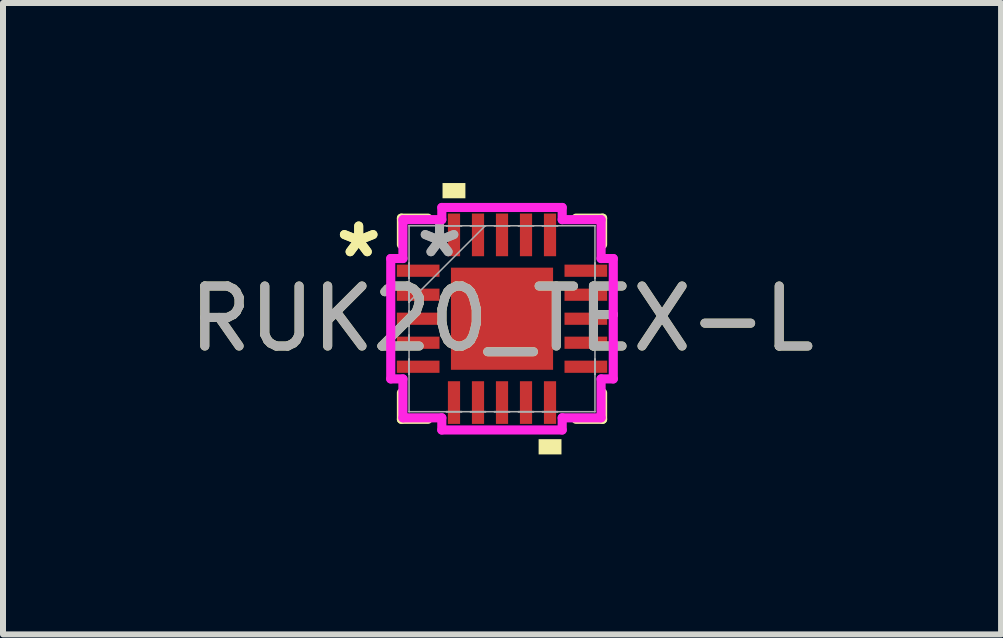
<source format=kicad_pcb>
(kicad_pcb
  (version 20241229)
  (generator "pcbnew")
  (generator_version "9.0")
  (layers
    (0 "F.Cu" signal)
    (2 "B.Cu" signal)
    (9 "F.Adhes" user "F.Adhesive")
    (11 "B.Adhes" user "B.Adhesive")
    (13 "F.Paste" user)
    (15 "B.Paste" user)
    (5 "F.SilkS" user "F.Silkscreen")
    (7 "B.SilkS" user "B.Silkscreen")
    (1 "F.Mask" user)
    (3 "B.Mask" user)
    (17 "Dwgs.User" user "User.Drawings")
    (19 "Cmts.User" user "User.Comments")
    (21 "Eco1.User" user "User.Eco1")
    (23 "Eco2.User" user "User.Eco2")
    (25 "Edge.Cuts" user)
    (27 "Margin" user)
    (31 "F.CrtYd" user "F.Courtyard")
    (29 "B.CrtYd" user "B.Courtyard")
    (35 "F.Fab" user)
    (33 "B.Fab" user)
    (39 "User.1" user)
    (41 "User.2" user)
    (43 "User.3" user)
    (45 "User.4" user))
  (footprint "RUK20_TEX-L"
    (layer "F.Cu")
    (at 5.315 2.261)
    (property "Reference" "RUK20_TEX-L" (at 0 0 0) (unlocked yes) (layer "F.SilkS") (effects (font (size 1 1) (thickness 0.15))))
    (attr smd)
    (fp_line (start -1.676 -1.676) (end -1.676 -1.234) (stroke (width 0.152) (type solid)) (layer "F.SilkS"))
    (fp_line (start -1.676 1.234) (end -1.676 1.676) (stroke (width 0.152) (type solid)) (layer "F.SilkS"))
    (fp_line (start -1.676 1.676) (end -1.234 1.676) (stroke (width 0.152) (type solid)) (layer "F.SilkS"))
    (fp_line (start -1.234 -1.676) (end -1.676 -1.676) (stroke (width 0.152) (type solid)) (layer "F.SilkS"))
    (fp_line (start 1.234 1.676) (end 1.676 1.676) (stroke (width 0.152) (type solid)) (layer "F.SilkS"))
    (fp_line (start 1.676 -1.676) (end 1.234 -1.676) (stroke (width 0.152) (type solid)) (layer "F.SilkS"))
    (fp_line (start 1.676 -1.234) (end 1.676 -1.676) (stroke (width 0.152) (type solid)) (layer "F.SilkS"))
    (fp_line (start 1.676 1.676) (end 1.676 1.234) (stroke (width 0.152) (type solid)) (layer "F.SilkS"))
    (fp_poly (pts (xy -0.991 -2.007) (xy -0.991 -2.261) (xy -0.61 -2.261) (xy -0.61 -2.007)) (stroke (width 0) (type solid)) (fill yes) (layer "F.SilkS"))
    (fp_poly (pts (xy 0.61 2.007) (xy 0.61 2.261) (xy 0.991 2.261) (xy 0.991 2.007)) (stroke (width 0) (type solid)) (fill yes) (layer "F.SilkS"))
    (fp_line (start -1.854 -1.003) (end -1.651 -1.003) (stroke (width 0.152) (type solid)) (layer "F.CrtYd"))
    (fp_line (start -1.854 1.003) (end -1.854 -1.003) (stroke (width 0.152) (type solid)) (layer "F.CrtYd"))
    (fp_line (start -1.651 -1.651) (end -1.003 -1.651) (stroke (width 0.152) (type solid)) (layer "F.CrtYd"))
    (fp_line (start -1.651 -1.003) (end -1.651 -1.651) (stroke (width 0.152) (type solid)) (layer "F.CrtYd"))
    (fp_line (start -1.651 1.003) (end -1.854 1.003) (stroke (width 0.152) (type solid)) (layer "F.CrtYd"))
    (fp_line (start -1.651 1.651) (end -1.651 1.003) (stroke (width 0.152) (type solid)) (layer "F.CrtYd"))
    (fp_line (start -1.003 -1.854) (end 1.003 -1.854) (stroke (width 0.152) (type solid)) (layer "F.CrtYd"))
    (fp_line (start -1.003 -1.651) (end -1.003 -1.854) (stroke (width 0.152) (type solid)) (layer "F.CrtYd"))
    (fp_line (start -1.003 1.651) (end -1.651 1.651) (stroke (width 0.152) (type solid)) (layer "F.CrtYd"))
    (fp_line (start -1.003 1.854) (end -1.003 1.651) (stroke (width 0.152) (type solid)) (layer "F.CrtYd"))
    (fp_line (start 1.003 -1.854) (end 1.003 -1.651) (stroke (width 0.152) (type solid)) (layer "F.CrtYd"))
    (fp_line (start 1.003 -1.651) (end 1.651 -1.651) (stroke (width 0.152) (type solid)) (layer "F.CrtYd"))
    (fp_line (start 1.003 1.651) (end 1.003 1.854) (stroke (width 0.152) (type solid)) (layer "F.CrtYd"))
    (fp_line (start 1.003 1.854) (end -1.003 1.854) (stroke (width 0.152) (type solid)) (layer "F.CrtYd"))
    (fp_line (start 1.651 -1.651) (end 1.651 -1.003) (stroke (width 0.152) (type solid)) (layer "F.CrtYd"))
    (fp_line (start 1.651 -1.003) (end 1.854 -1.003) (stroke (width 0.152) (type solid)) (layer "F.CrtYd"))
    (fp_line (start 1.651 1.003) (end 1.651 1.651) (stroke (width 0.152) (type solid)) (layer "F.CrtYd"))
    (fp_line (start 1.651 1.651) (end 1.003 1.651) (stroke (width 0.152) (type solid)) (layer "F.CrtYd"))
    (fp_line (start 1.854 -1.003) (end 1.854 1.003) (stroke (width 0.152) (type solid)) (layer "F.CrtYd"))
    (fp_line (start 1.854 1.003) (end 1.651 1.003) (stroke (width 0.152) (type solid)) (layer "F.CrtYd"))
    (fp_line (start -1.549 -1.549) (end -1.549 -1.549) (stroke (width 0.025) (type solid)) (layer "F.Fab"))
    (fp_line (start -1.549 -1.549) (end -1.549 1.549) (stroke (width 0.025) (type solid)) (layer "F.Fab"))
    (fp_line (start -1.549 -0.927) (end -1.549 -0.927) (stroke (width 0.025) (type solid)) (layer "F.Fab"))
    (fp_line (start -1.549 -0.927) (end -1.549 -0.673) (stroke (width 0.025) (type solid)) (layer "F.Fab"))
    (fp_line (start -1.549 -0.673) (end -1.549 -0.927) (stroke (width 0.025) (type solid)) (layer "F.Fab"))
    (fp_line (start -1.549 -0.673) (end -1.549 -0.673) (stroke (width 0.025) (type solid)) (layer "F.Fab"))
    (fp_line (start -1.549 -0.527) (end -1.549 -0.527) (stroke (width 0.025) (type solid)) (layer "F.Fab"))
    (fp_line (start -1.549 -0.527) (end -1.549 -0.273) (stroke (width 0.025) (type solid)) (layer "F.Fab"))
    (fp_line (start -1.549 -0.279) (end -0.279 -1.549) (stroke (width 0.025) (type solid)) (layer "F.Fab"))
    (fp_line (start -1.549 -0.273) (end -1.549 -0.527) (stroke (width 0.025) (type solid)) (layer "F.Fab"))
    (fp_line (start -1.549 -0.273) (end -1.549 -0.273) (stroke (width 0.025) (type solid)) (layer "F.Fab"))
    (fp_line (start -1.549 -0.127) (end -1.549 -0.127) (stroke (width 0.025) (type solid)) (layer "F.Fab"))
    (fp_line (start -1.549 -0.127) (end -1.549 0.127) (stroke (width 0.025) (type solid)) (layer "F.Fab"))
    (fp_line (start -1.549 0.127) (end -1.549 -0.127) (stroke (width 0.025) (type solid)) (layer "F.Fab"))
    (fp_line (start -1.549 0.127) (end -1.549 0.127) (stroke (width 0.025) (type solid)) (layer "F.Fab"))
    (fp_line (start -1.549 0.273) (end -1.549 0.273) (stroke (width 0.025) (type solid)) (layer "F.Fab"))
    (fp_line (start -1.549 0.273) (end -1.549 0.527) (stroke (width 0.025) (type solid)) (layer "F.Fab"))
    (fp_line (start -1.549 0.527) (end -1.549 0.273) (stroke (width 0.025) (type solid)) (layer "F.Fab"))
    (fp_line (start -1.549 0.527) (end -1.549 0.527) (stroke (width 0.025) (type solid)) (layer "F.Fab"))
    (fp_line (start -1.549 0.673) (end -1.549 0.673) (stroke (width 0.025) (type solid)) (layer "F.Fab"))
    (fp_line (start -1.549 0.673) (end -1.549 0.927) (stroke (width 0.025) (type solid)) (layer "F.Fab"))
    (fp_line (start -1.549 0.927) (end -1.549 0.673) (stroke (width 0.025) (type solid)) (layer "F.Fab"))
    (fp_line (start -1.549 0.927) (end -1.549 0.927) (stroke (width 0.025) (type solid)) (layer "F.Fab"))
    (fp_line (start -1.549 1.549) (end -1.549 1.549) (stroke (width 0.025) (type solid)) (layer "F.Fab"))
    (fp_line (start -1.549 1.549) (end 1.549 1.549) (stroke (width 0.025) (type solid)) (layer "F.Fab"))
    (fp_line (start -0.927 -1.549) (end -0.927 -1.549) (stroke (width 0.025) (type solid)) (layer "F.Fab"))
    (fp_line (start -0.927 -1.549) (end -0.673 -1.549) (stroke (width 0.025) (type solid)) (layer "F.Fab"))
    (fp_line (start -0.927 1.549) (end -0.927 1.549) (stroke (width 0.025) (type solid)) (layer "F.Fab"))
    (fp_line (start -0.927 1.549) (end -0.673 1.549) (stroke (width 0.025) (type solid)) (layer "F.Fab"))
    (fp_line (start -0.673 -1.549) (end -0.927 -1.549) (stroke (width 0.025) (type solid)) (layer "F.Fab"))
    (fp_line (start -0.673 -1.549) (end -0.673 -1.549) (stroke (width 0.025) (type solid)) (layer "F.Fab"))
    (fp_line (start -0.673 1.549) (end -0.927 1.549) (stroke (width 0.025) (type solid)) (layer "F.Fab"))
    (fp_line (start -0.673 1.549) (end -0.673 1.549) (stroke (width 0.025) (type solid)) (layer "F.Fab"))
    (fp_line (start -0.527 -1.549) (end -0.527 -1.549) (stroke (width 0.025) (type solid)) (layer "F.Fab"))
    (fp_line (start -0.527 -1.549) (end -0.273 -1.549) (stroke (width 0.025) (type solid)) (layer "F.Fab"))
    (fp_line (start -0.527 1.549) (end -0.527 1.549) (stroke (width 0.025) (type solid)) (layer "F.Fab"))
    (fp_line (start -0.527 1.549) (end -0.273 1.549) (stroke (width 0.025) (type solid)) (layer "F.Fab"))
    (fp_line (start -0.273 -1.549) (end -0.527 -1.549) (stroke (width 0.025) (type solid)) (layer "F.Fab"))
    (fp_line (start -0.273 -1.549) (end -0.273 -1.549) (stroke (width 0.025) (type solid)) (layer "F.Fab"))
    (fp_line (start -0.273 1.549) (end -0.527 1.549) (stroke (width 0.025) (type solid)) (layer "F.Fab"))
    (fp_line (start -0.273 1.549) (end -0.273 1.549) (stroke (width 0.025) (type solid)) (layer "F.Fab"))
    (fp_line (start -0.127 -1.549) (end -0.127 -1.549) (stroke (width 0.025) (type solid)) (layer "F.Fab"))
    (fp_line (start -0.127 -1.549) (end 0.127 -1.549) (stroke (width 0.025) (type solid)) (layer "F.Fab"))
    (fp_line (start -0.127 1.549) (end -0.127 1.549) (stroke (width 0.025) (type solid)) (layer "F.Fab"))
    (fp_line (start -0.127 1.549) (end 0.127 1.549) (stroke (width 0.025) (type solid)) (layer "F.Fab"))
    (fp_line (start 0.127 -1.549) (end -0.127 -1.549) (stroke (width 0.025) (type solid)) (layer "F.Fab"))
    (fp_line (start 0.127 -1.549) (end 0.127 -1.549) (stroke (width 0.025) (type solid)) (layer "F.Fab"))
    (fp_line (start 0.127 1.549) (end -0.127 1.549) (stroke (width 0.025) (type solid)) (layer "F.Fab"))
    (fp_line (start 0.127 1.549) (end 0.127 1.549) (stroke (width 0.025) (type solid)) (layer "F.Fab"))
    (fp_line (start 0.273 -1.549) (end 0.273 -1.549) (stroke (width 0.025) (type solid)) (layer "F.Fab"))
    (fp_line (start 0.273 -1.549) (end 0.527 -1.549) (stroke (width 0.025) (type solid)) (layer "F.Fab"))
    (fp_line (start 0.273 1.549) (end 0.273 1.549) (stroke (width 0.025) (type solid)) (layer "F.Fab"))
    (fp_line (start 0.273 1.549) (end 0.527 1.549) (stroke (width 0.025) (type solid)) (layer "F.Fab"))
    (fp_line (start 0.527 -1.549) (end 0.273 -1.549) (stroke (width 0.025) (type solid)) (layer "F.Fab"))
    (fp_line (start 0.527 -1.549) (end 0.527 -1.549) (stroke (width 0.025) (type solid)) (layer "F.Fab"))
    (fp_line (start 0.527 1.549) (end 0.273 1.549) (stroke (width 0.025) (type solid)) (layer "F.Fab"))
    (fp_line (start 0.527 1.549) (end 0.527 1.549) (stroke (width 0.025) (type solid)) (layer "F.Fab"))
    (fp_line (start 0.673 -1.549) (end 0.673 -1.549) (stroke (width 0.025) (type solid)) (layer "F.Fab"))
    (fp_line (start 0.673 -1.549) (end 0.927 -1.549) (stroke (width 0.025) (type solid)) (layer "F.Fab"))
    (fp_line (start 0.673 1.549) (end 0.673 1.549) (stroke (width 0.025) (type solid)) (layer "F.Fab"))
    (fp_line (start 0.673 1.549) (end 0.927 1.549) (stroke (width 0.025) (type solid)) (layer "F.Fab"))
    (fp_line (start 0.927 -1.549) (end 0.673 -1.549) (stroke (width 0.025) (type solid)) (layer "F.Fab"))
    (fp_line (start 0.927 -1.549) (end 0.927 -1.549) (stroke (width 0.025) (type solid)) (layer "F.Fab"))
    (fp_line (start 0.927 1.549) (end 0.673 1.549) (stroke (width 0.025) (type solid)) (layer "F.Fab"))
    (fp_line (start 0.927 1.549) (end 0.927 1.549) (stroke (width 0.025) (type solid)) (layer "F.Fab"))
    (fp_line (start 1.549 -1.549) (end -1.549 -1.549) (stroke (width 0.025) (type solid)) (layer "F.Fab"))
    (fp_line (start 1.549 -1.549) (end 1.549 -1.549) (stroke (width 0.025) (type solid)) (layer "F.Fab"))
    (fp_line (start 1.549 -0.927) (end 1.549 -0.927) (stroke (width 0.025) (type solid)) (layer "F.Fab"))
    (fp_line (start 1.549 -0.927) (end 1.549 -0.673) (stroke (width 0.025) (type solid)) (layer "F.Fab"))
    (fp_line (start 1.549 -0.673) (end 1.549 -0.927) (stroke (width 0.025) (type solid)) (layer "F.Fab"))
    (fp_line (start 1.549 -0.673) (end 1.549 -0.673) (stroke (width 0.025) (type solid)) (layer "F.Fab"))
    (fp_line (start 1.549 -0.527) (end 1.549 -0.527) (stroke (width 0.025) (type solid)) (layer "F.Fab"))
    (fp_line (start 1.549 -0.527) (end 1.549 -0.273) (stroke (width 0.025) (type solid)) (layer "F.Fab"))
    (fp_line (start 1.549 -0.273) (end 1.549 -0.527) (stroke (width 0.025) (type solid)) (layer "F.Fab"))
    (fp_line (start 1.549 -0.273) (end 1.549 -0.273) (stroke (width 0.025) (type solid)) (layer "F.Fab"))
    (fp_line (start 1.549 -0.127) (end 1.549 -0.127) (stroke (width 0.025) (type solid)) (layer "F.Fab"))
    (fp_line (start 1.549 -0.127) (end 1.549 0.127) (stroke (width 0.025) (type solid)) (layer "F.Fab"))
    (fp_line (start 1.549 0.127) (end 1.549 -0.127) (stroke (width 0.025) (type solid)) (layer "F.Fab"))
    (fp_line (start 1.549 0.127) (end 1.549 0.127) (stroke (width 0.025) (type solid)) (layer "F.Fab"))
    (fp_line (start 1.549 0.273) (end 1.549 0.273) (stroke (width 0.025) (type solid)) (layer "F.Fab"))
    (fp_line (start 1.549 0.273) (end 1.549 0.527) (stroke (width 0.025) (type solid)) (layer "F.Fab"))
    (fp_line (start 1.549 0.527) (end 1.549 0.273) (stroke (width 0.025) (type solid)) (layer "F.Fab"))
    (fp_line (start 1.549 0.527) (end 1.549 0.527) (stroke (width 0.025) (type solid)) (layer "F.Fab"))
    (fp_line (start 1.549 0.673) (end 1.549 0.673) (stroke (width 0.025) (type solid)) (layer "F.Fab"))
    (fp_line (start 1.549 0.673) (end 1.549 0.927) (stroke (width 0.025) (type solid)) (layer "F.Fab"))
    (fp_line (start 1.549 0.927) (end 1.549 0.673) (stroke (width 0.025) (type solid)) (layer "F.Fab"))
    (fp_line (start 1.549 0.927) (end 1.549 0.927) (stroke (width 0.025) (type solid)) (layer "F.Fab"))
    (fp_line (start 1.549 1.549) (end 1.549 -1.549) (stroke (width 0.025) (type solid)) (layer "F.Fab"))
    (fp_line (start 1.549 1.549) (end 1.549 1.549) (stroke (width 0.025) (type solid)) (layer "F.Fab"))
    (fp_text user "*" (at -2.388 -1 0) (unlocked yes) (layer "F.SilkS") (effects (font (size 1 1) (thickness 0.15))))
    (fp_text user "*" (at -2.388 -1 0) (layer "F.SilkS") (effects (font (size 1 1) (thickness 0.15))))
    (fp_text user "*" (at -1.041 -1 0) (unlocked yes) (layer "F.Fab") (effects (font (size 1 1) (thickness 0.15))))
    (fp_text user "*" (at -1.041 -1 0) (layer "F.Fab") (effects (font (size 1 1) (thickness 0.15))))
    (fp_text user "${REFERENCE}" (at 0 0 0) (unlocked yes) (layer "F.Fab") (effects (font (size 1 1) (thickness 0.15))))
    (pad "1" smd rect (at -1.397 -0.8 90) (size 0.203 0.711) (layers "F.Cu" "F.Mask" "F.Paste"))
    (pad "2" smd rect (at -1.397 -0.4 90) (size 0.203 0.711) (layers "F.Cu" "F.Mask" "F.Paste"))
    (pad "3" smd rect (at -1.397 0 90) (size 0.203 0.711) (layers "F.Cu" "F.Mask" "F.Paste"))
    (pad "4" smd rect (at -1.397 0.4 90) (size 0.203 0.711) (layers "F.Cu" "F.Mask" "F.Paste"))
    (pad "5" smd rect (at -1.397 0.8 90) (size 0.203 0.711) (layers "F.Cu" "F.Mask" "F.Paste"))
    (pad "6" smd rect (at -0.8 1.397) (size 0.203 0.711) (layers "F.Cu" "F.Mask" "F.Paste"))
    (pad "7" smd rect (at -0.4 1.397) (size 0.203 0.711) (layers "F.Cu" "F.Mask" "F.Paste"))
    (pad "8" smd rect (at 0 1.397) (size 0.203 0.711) (layers "F.Cu" "F.Mask" "F.Paste"))
    (pad "9" smd rect (at 0.4 1.397) (size 0.203 0.711) (layers "F.Cu" "F.Mask" "F.Paste"))
    (pad "10" smd rect (at 0.8 1.397) (size 0.203 0.711) (layers "F.Cu" "F.Mask" "F.Paste"))
    (pad "11" smd rect (at 1.397 0.8 90) (size 0.203 0.711) (layers "F.Cu" "F.Mask" "F.Paste"))
    (pad "12" smd rect (at 1.397 0.4 90) (size 0.203 0.711) (layers "F.Cu" "F.Mask" "F.Paste"))
    (pad "13" smd rect (at 1.397 0 90) (size 0.203 0.711) (layers "F.Cu" "F.Mask" "F.Paste"))
    (pad "14" smd rect (at 1.397 -0.4 90) (size 0.203 0.711) (layers "F.Cu" "F.Mask" "F.Paste"))
    (pad "15" smd rect (at 1.397 -0.8 90) (size 0.203 0.711) (layers "F.Cu" "F.Mask" "F.Paste"))
    (pad "16" smd rect (at 0.8 -1.397) (size 0.203 0.711) (layers "F.Cu" "F.Mask" "F.Paste"))
    (pad "17" smd rect (at 0.4 -1.397) (size 0.203 0.711) (layers "F.Cu" "F.Mask" "F.Paste"))
    (pad "18" smd rect (at 0 -1.397) (size 0.203 0.711) (layers "F.Cu" "F.Mask" "F.Paste"))
    (pad "19" smd rect (at -0.4 -1.397) (size 0.203 0.711) (layers "F.Cu" "F.Mask" "F.Paste"))
    (pad "20" smd rect (at -0.8 -1.397) (size 0.203 0.711) (layers "F.Cu" "F.Mask" "F.Paste"))
    (pad "21" smd rect (at 0 0) (size 1.702 1.702) (layers "F.Cu" "F.Mask" "F.Paste")))
  (gr_rect
    (start -3 -3)
    (end 13.631 7.521)
    (stroke (width 0.1) (type default))
    (fill no)
    (layer "Edge.Cuts")))
</source>
